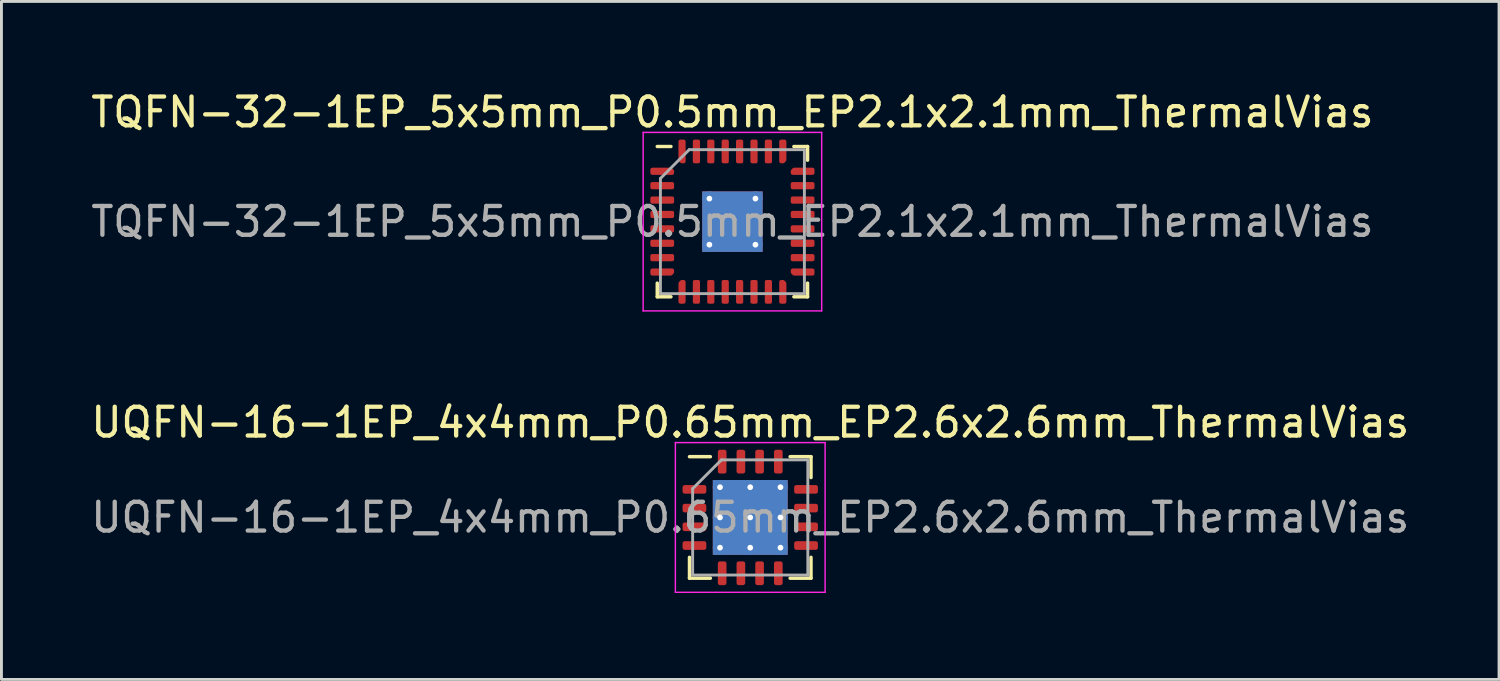
<source format=kicad_pcb>
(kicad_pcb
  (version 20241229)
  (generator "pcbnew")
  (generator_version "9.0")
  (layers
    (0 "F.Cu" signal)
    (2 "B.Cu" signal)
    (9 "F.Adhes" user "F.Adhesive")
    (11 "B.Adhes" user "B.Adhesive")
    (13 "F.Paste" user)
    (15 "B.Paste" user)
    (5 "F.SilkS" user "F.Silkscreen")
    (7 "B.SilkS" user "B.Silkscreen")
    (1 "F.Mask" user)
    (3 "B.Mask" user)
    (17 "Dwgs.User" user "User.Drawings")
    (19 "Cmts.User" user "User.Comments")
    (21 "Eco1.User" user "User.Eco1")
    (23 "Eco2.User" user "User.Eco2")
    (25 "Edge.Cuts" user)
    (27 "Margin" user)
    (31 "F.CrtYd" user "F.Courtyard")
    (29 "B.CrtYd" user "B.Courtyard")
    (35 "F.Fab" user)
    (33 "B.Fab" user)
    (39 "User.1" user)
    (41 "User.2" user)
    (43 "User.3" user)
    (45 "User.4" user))
  (footprint "TQFN-32-1EP_5x5mm_P0.5mm_EP2.1x2.1mm_ThermalVias"
    (layer "F.Cu")
    (at 22.387 4.648)
    (property "Reference" "TQFN-32-1EP_5x5mm_P0.5mm_EP2.1x2.1mm_ThermalVias" (at 0 -3.8 0) (layer "F.SilkS") (effects (font (size 1 1) (thickness 0.15))))
    (attr smd)
    (fp_line (start -2.61 2.61) (end -2.61 2.135) (stroke (width 0.12) (type solid)) (layer "F.SilkS"))
    (fp_line (start -2.135 -2.61) (end -2.61 -2.61) (stroke (width 0.12) (type solid)) (layer "F.SilkS"))
    (fp_line (start -2.135 2.61) (end -2.61 2.61) (stroke (width 0.12) (type solid)) (layer "F.SilkS"))
    (fp_line (start 2.135 -2.61) (end 2.61 -2.61) (stroke (width 0.12) (type solid)) (layer "F.SilkS"))
    (fp_line (start 2.135 2.61) (end 2.61 2.61) (stroke (width 0.12) (type solid)) (layer "F.SilkS"))
    (fp_line (start 2.61 -2.61) (end 2.61 -2.135) (stroke (width 0.12) (type solid)) (layer "F.SilkS"))
    (fp_line (start 2.61 2.61) (end 2.61 2.135) (stroke (width 0.12) (type solid)) (layer "F.SilkS"))
    (fp_line (start -3.1 -3.1) (end -3.1 3.1) (stroke (width 0.05) (type solid)) (layer "F.CrtYd"))
    (fp_line (start -3.1 3.1) (end 3.1 3.1) (stroke (width 0.05) (type solid)) (layer "F.CrtYd"))
    (fp_line (start 3.1 -3.1) (end -3.1 -3.1) (stroke (width 0.05) (type solid)) (layer "F.CrtYd"))
    (fp_line (start 3.1 3.1) (end 3.1 -3.1) (stroke (width 0.05) (type solid)) (layer "F.CrtYd"))
    (fp_line (start -2.5 -1.5) (end -1.5 -2.5) (stroke (width 0.1) (type solid)) (layer "F.Fab"))
    (fp_line (start -2.5 2.5) (end -2.5 -1.5) (stroke (width 0.1) (type solid)) (layer "F.Fab"))
    (fp_line (start -1.5 -2.5) (end 2.5 -2.5) (stroke (width 0.1) (type solid)) (layer "F.Fab"))
    (fp_line (start 2.5 -2.5) (end 2.5 2.5) (stroke (width 0.1) (type solid)) (layer "F.Fab"))
    (fp_line (start 2.5 2.5) (end -2.5 2.5) (stroke (width 0.1) (type solid)) (layer "F.Fab"))
    (fp_text user "${REFERENCE}" (at 0 0 0) (layer "F.Fab") (effects (font (size 1 1) (thickness 0.15))))
    (pad "" smd roundrect (at -0.525 -0.525) (size 0.91 0.91) (layers "F.Paste") (roundrect_rratio 0.25))
    (pad "" smd roundrect (at -0.525 0.525) (size 0.91 0.91) (layers "F.Paste") (roundrect_rratio 0.25))
    (pad "" smd roundrect (at 0.525 -0.525) (size 0.91 0.91) (layers "F.Paste") (roundrect_rratio 0.25))
    (pad "" smd roundrect (at 0.525 0.525) (size 0.91 0.91) (layers "F.Paste") (roundrect_rratio 0.25))
    (pad "1" smd custom (at -2.438 -1.75) (size 0.186 0.186) (layers "F.Cu" "F.Mask" "F.Paste") (options (anchor circle)) (primitives (gr_poly (pts (xy 0.35 -0.009) (xy 0.35 0.062) (xy -0.35 0.062) (xy -0.35 -0.062) (xy 0.297 -0.062)) (width 0.125) (fill yes))))
    (pad "2" smd roundrect (at -2.438 -1.25) (size 0.825 0.25) (layers "F.Cu" "F.Mask" "F.Paste") (roundrect_rratio 0.25))
    (pad "3" smd roundrect (at -2.438 -0.75) (size 0.825 0.25) (layers "F.Cu" "F.Mask" "F.Paste") (roundrect_rratio 0.25))
    (pad "4" smd roundrect (at -2.438 -0.25) (size 0.825 0.25) (layers "F.Cu" "F.Mask" "F.Paste") (roundrect_rratio 0.25))
    (pad "5" smd roundrect (at -2.438 0.25) (size 0.825 0.25) (layers "F.Cu" "F.Mask" "F.Paste") (roundrect_rratio 0.25))
    (pad "6" smd roundrect (at -2.438 0.75) (size 0.825 0.25) (layers "F.Cu" "F.Mask" "F.Paste") (roundrect_rratio 0.25))
    (pad "7" smd roundrect (at -2.438 1.25) (size 0.825 0.25) (layers "F.Cu" "F.Mask" "F.Paste") (roundrect_rratio 0.25))
    (pad "8" smd custom (at -2.438 1.75) (size 0.186 0.186) (layers "F.Cu" "F.Mask" "F.Paste") (options (anchor circle)) (primitives (gr_poly (pts (xy 0.35 0.009) (xy 0.297 0.062) (xy -0.35 0.062) (xy -0.35 -0.062) (xy 0.35 -0.062)) (width 0.125) (fill yes))))
    (pad "9" smd custom (at -1.75 2.438) (size 0.186 0.186) (layers "F.Cu" "F.Mask" "F.Paste") (options (anchor circle)) (primitives (gr_poly (pts (xy 0.062 0.35) (xy -0.062 0.35) (xy -0.062 -0.297) (xy -0.009 -0.35) (xy 0.062 -0.35)) (width 0.125) (fill yes))))
    (pad "10" smd roundrect (at -1.25 2.438) (size 0.25 0.825) (layers "F.Cu" "F.Mask" "F.Paste") (roundrect_rratio 0.25))
    (pad "11" smd roundrect (at -0.75 2.438) (size 0.25 0.825) (layers "F.Cu" "F.Mask" "F.Paste") (roundrect_rratio 0.25))
    (pad "12" smd roundrect (at -0.25 2.438) (size 0.25 0.825) (layers "F.Cu" "F.Mask" "F.Paste") (roundrect_rratio 0.25))
    (pad "13" smd roundrect (at 0.25 2.438) (size 0.25 0.825) (layers "F.Cu" "F.Mask" "F.Paste") (roundrect_rratio 0.25))
    (pad "14" smd roundrect (at 0.75 2.438) (size 0.25 0.825) (layers "F.Cu" "F.Mask" "F.Paste") (roundrect_rratio 0.25))
    (pad "15" smd roundrect (at 1.25 2.438) (size 0.25 0.825) (layers "F.Cu" "F.Mask" "F.Paste") (roundrect_rratio 0.25))
    (pad "16" smd custom (at 1.75 2.438) (size 0.186 0.186) (layers "F.Cu" "F.Mask" "F.Paste") (options (anchor circle)) (primitives (gr_poly (pts (xy 0.062 -0.297) (xy 0.062 0.35) (xy -0.062 0.35) (xy -0.062 -0.35) (xy 0.009 -0.35)) (width 0.125) (fill yes))))
    (pad "17" smd custom (at 2.438 1.75) (size 0.186 0.186) (layers "F.Cu" "F.Mask" "F.Paste") (options (anchor circle)) (primitives (gr_poly (pts (xy 0.35 0.062) (xy -0.297 0.062) (xy -0.35 0.009) (xy -0.35 -0.062) (xy 0.35 -0.062)) (width 0.125) (fill yes))))
    (pad "18" smd roundrect (at 2.438 1.25) (size 0.825 0.25) (layers "F.Cu" "F.Mask" "F.Paste") (roundrect_rratio 0.25))
    (pad "19" smd roundrect (at 2.438 0.75) (size 0.825 0.25) (layers "F.Cu" "F.Mask" "F.Paste") (roundrect_rratio 0.25))
    (pad "20" smd roundrect (at 2.438 0.25) (size 0.825 0.25) (layers "F.Cu" "F.Mask" "F.Paste") (roundrect_rratio 0.25))
    (pad "21" smd roundrect (at 2.438 -0.25) (size 0.825 0.25) (layers "F.Cu" "F.Mask" "F.Paste") (roundrect_rratio 0.25))
    (pad "22" smd roundrect (at 2.438 -0.75) (size 0.825 0.25) (layers "F.Cu" "F.Mask" "F.Paste") (roundrect_rratio 0.25))
    (pad "23" smd roundrect (at 2.438 -1.25) (size 0.825 0.25) (layers "F.Cu" "F.Mask" "F.Paste") (roundrect_rratio 0.25))
    (pad "24" smd custom (at 2.438 -1.75) (size 0.186 0.186) (layers "F.Cu" "F.Mask" "F.Paste") (options (anchor circle)) (primitives (gr_poly (pts (xy 0.35 0.062) (xy -0.35 0.062) (xy -0.35 -0.009) (xy -0.297 -0.062) (xy 0.35 -0.062)) (width 0.125) (fill yes))))
    (pad "25" smd custom (at 1.75 -2.438) (size 0.186 0.186) (layers "F.Cu" "F.Mask" "F.Paste") (options (anchor circle)) (primitives (gr_poly (pts (xy 0.062 0.297) (xy 0.009 0.35) (xy -0.062 0.35) (xy -0.062 -0.35) (xy 0.062 -0.35)) (width 0.125) (fill yes))))
    (pad "26" smd roundrect (at 1.25 -2.438) (size 0.25 0.825) (layers "F.Cu" "F.Mask" "F.Paste") (roundrect_rratio 0.25))
    (pad "27" smd roundrect (at 0.75 -2.438) (size 0.25 0.825) (layers "F.Cu" "F.Mask" "F.Paste") (roundrect_rratio 0.25))
    (pad "28" smd roundrect (at 0.25 -2.438) (size 0.25 0.825) (layers "F.Cu" "F.Mask" "F.Paste") (roundrect_rratio 0.25))
    (pad "29" smd roundrect (at -0.25 -2.438) (size 0.25 0.825) (layers "F.Cu" "F.Mask" "F.Paste") (roundrect_rratio 0.25))
    (pad "30" smd roundrect (at -0.75 -2.438) (size 0.25 0.825) (layers "F.Cu" "F.Mask" "F.Paste") (roundrect_rratio 0.25))
    (pad "31" smd roundrect (at -1.25 -2.438) (size 0.25 0.825) (layers "F.Cu" "F.Mask" "F.Paste") (roundrect_rratio 0.25))
    (pad "32" smd custom (at -1.75 -2.438) (size 0.186 0.186) (layers "F.Cu" "F.Mask" "F.Paste") (options (anchor circle)) (primitives (gr_poly (pts (xy 0.062 0.35) (xy -0.009 0.35) (xy -0.062 0.297) (xy -0.062 -0.35) (xy 0.062 -0.35)) (width 0.125) (fill yes))))
    (pad "33" thru_hole circle (at -0.8 -0.8) (size 0.5 0.5) (drill 0.2) (layers "*.Cu"))
    (pad "33" thru_hole circle (at -0.8 0.8) (size 0.5 0.5) (drill 0.2) (layers "*.Cu"))
    (pad "33" smd rect (at 0 0) (size 2.1 2.1) (layers "F.Cu" "F.Mask"))
    (pad "33" smd rect (at 0 0) (size 2.1 2.1) (layers "B.Cu"))
    (pad "33" thru_hole circle (at 0.8 -0.8) (size 0.5 0.5) (drill 0.2) (layers "*.Cu"))
    (pad "33" thru_hole circle (at 0.8 0.8) (size 0.5 0.5) (drill 0.2) (layers "*.Cu")))
  (footprint "UQFN-16-1EP_4x4mm_P0.65mm_EP2.6x2.6mm_ThermalVias"
    (layer "F.Cu")
    (at 23.006 14.921)
    (property "Reference" "UQFN-16-1EP_4x4mm_P0.65mm_EP2.6x2.6mm_ThermalVias" (at 0 -3.3 0) (layer "F.SilkS") (effects (font (size 1 1) (thickness 0.15))))
    (attr smd)
    (fp_line (start -2.11 2.11) (end -2.11 1.385) (stroke (width 0.12) (type solid)) (layer "F.SilkS"))
    (fp_line (start -1.385 -2.11) (end -2.11 -2.11) (stroke (width 0.12) (type solid)) (layer "F.SilkS"))
    (fp_line (start -1.385 2.11) (end -2.11 2.11) (stroke (width 0.12) (type solid)) (layer "F.SilkS"))
    (fp_line (start 1.385 -2.11) (end 2.11 -2.11) (stroke (width 0.12) (type solid)) (layer "F.SilkS"))
    (fp_line (start 1.385 2.11) (end 2.11 2.11) (stroke (width 0.12) (type solid)) (layer "F.SilkS"))
    (fp_line (start 2.11 -2.11) (end 2.11 -1.385) (stroke (width 0.12) (type solid)) (layer "F.SilkS"))
    (fp_line (start 2.11 2.11) (end 2.11 1.385) (stroke (width 0.12) (type solid)) (layer "F.SilkS"))
    (fp_line (start -2.6 -2.6) (end -2.6 2.6) (stroke (width 0.05) (type solid)) (layer "F.CrtYd"))
    (fp_line (start -2.6 2.6) (end 2.6 2.6) (stroke (width 0.05) (type solid)) (layer "F.CrtYd"))
    (fp_line (start 2.6 -2.6) (end -2.6 -2.6) (stroke (width 0.05) (type solid)) (layer "F.CrtYd"))
    (fp_line (start 2.6 2.6) (end 2.6 -2.6) (stroke (width 0.05) (type solid)) (layer "F.CrtYd"))
    (fp_line (start -2 -1) (end -1 -2) (stroke (width 0.1) (type solid)) (layer "F.Fab"))
    (fp_line (start -2 2) (end -2 -1) (stroke (width 0.1) (type solid)) (layer "F.Fab"))
    (fp_line (start -1 -2) (end 2 -2) (stroke (width 0.1) (type solid)) (layer "F.Fab"))
    (fp_line (start 2 -2) (end 2 2) (stroke (width 0.1) (type solid)) (layer "F.Fab"))
    (fp_line (start 2 2) (end -2 2) (stroke (width 0.1) (type solid)) (layer "F.Fab"))
    (fp_text user "${REFERENCE}" (at 0 0 0) (layer "F.Fab") (effects (font (size 1 1) (thickness 0.15))))
    (pad "" smd roundrect (at -0.65 -0.65) (size 1.13 1.13) (layers "F.Paste") (roundrect_rratio 0.221))
    (pad "" smd roundrect (at -0.65 0.65) (size 1.13 1.13) (layers "F.Paste") (roundrect_rratio 0.221))
    (pad "" smd roundrect (at 0.65 -0.65) (size 1.13 1.13) (layers "F.Paste") (roundrect_rratio 0.221))
    (pad "" smd roundrect (at 0.65 0.65) (size 1.13 1.13) (layers "F.Paste") (roundrect_rratio 0.221))
    (pad "1" smd roundrect (at -1.938 -0.975) (size 0.825 0.3) (layers "F.Cu" "F.Mask" "F.Paste") (roundrect_rratio 0.25))
    (pad "2" smd roundrect (at -1.938 -0.325) (size 0.825 0.3) (layers "F.Cu" "F.Mask" "F.Paste") (roundrect_rratio 0.25))
    (pad "3" smd roundrect (at -1.938 0.325) (size 0.825 0.3) (layers "F.Cu" "F.Mask" "F.Paste") (roundrect_rratio 0.25))
    (pad "4" smd roundrect (at -1.938 0.975) (size 0.825 0.3) (layers "F.Cu" "F.Mask" "F.Paste") (roundrect_rratio 0.25))
    (pad "5" smd roundrect (at -0.975 1.938) (size 0.3 0.825) (layers "F.Cu" "F.Mask" "F.Paste") (roundrect_rratio 0.25))
    (pad "6" smd roundrect (at -0.325 1.938) (size 0.3 0.825) (layers "F.Cu" "F.Mask" "F.Paste") (roundrect_rratio 0.25))
    (pad "7" smd roundrect (at 0.325 1.938) (size 0.3 0.825) (layers "F.Cu" "F.Mask" "F.Paste") (roundrect_rratio 0.25))
    (pad "8" smd roundrect (at 0.975 1.938) (size 0.3 0.825) (layers "F.Cu" "F.Mask" "F.Paste") (roundrect_rratio 0.25))
    (pad "9" smd roundrect (at 1.938 0.975) (size 0.825 0.3) (layers "F.Cu" "F.Mask" "F.Paste") (roundrect_rratio 0.25))
    (pad "10" smd roundrect (at 1.938 0.325) (size 0.825 0.3) (layers "F.Cu" "F.Mask" "F.Paste") (roundrect_rratio 0.25))
    (pad "11" smd roundrect (at 1.938 -0.325) (size 0.825 0.3) (layers "F.Cu" "F.Mask" "F.Paste") (roundrect_rratio 0.25))
    (pad "12" smd roundrect (at 1.938 -0.975) (size 0.825 0.3) (layers "F.Cu" "F.Mask" "F.Paste") (roundrect_rratio 0.25))
    (pad "13" smd roundrect (at 0.975 -1.938) (size 0.3 0.825) (layers "F.Cu" "F.Mask" "F.Paste") (roundrect_rratio 0.25))
    (pad "14" smd roundrect (at 0.325 -1.938) (size 0.3 0.825) (layers "F.Cu" "F.Mask" "F.Paste") (roundrect_rratio 0.25))
    (pad "15" smd roundrect (at -0.325 -1.938) (size 0.3 0.825) (layers "F.Cu" "F.Mask" "F.Paste") (roundrect_rratio 0.25))
    (pad "16" smd roundrect (at -0.975 -1.938) (size 0.3 0.825) (layers "F.Cu" "F.Mask" "F.Paste") (roundrect_rratio 0.25))
    (pad "17" thru_hole circle (at -1.05 -1.05) (size 0.5 0.5) (drill 0.2) (layers "*.Cu"))
    (pad "17" thru_hole circle (at -1.05 0) (size 0.5 0.5) (drill 0.2) (layers "*.Cu"))
    (pad "17" thru_hole circle (at -1.05 1.05) (size 0.5 0.5) (drill 0.2) (layers "*.Cu"))
    (pad "17" thru_hole circle (at 0 -1.05) (size 0.5 0.5) (drill 0.2) (layers "*.Cu"))
    (pad "17" thru_hole circle (at 0 0) (size 0.5 0.5) (drill 0.2) (layers "*.Cu"))
    (pad "17" smd rect (at 0 0) (size 2.6 2.6) (layers "F.Cu" "F.Mask"))
    (pad "17" smd rect (at 0 0) (size 2.6 2.6) (layers "B.Cu"))
    (pad "17" thru_hole circle (at 0 1.05) (size 0.5 0.5) (drill 0.2) (layers "*.Cu"))
    (pad "17" thru_hole circle (at 1.05 -1.05) (size 0.5 0.5) (drill 0.2) (layers "*.Cu"))
    (pad "17" thru_hole circle (at 1.05 0) (size 0.5 0.5) (drill 0.2) (layers "*.Cu"))
    (pad "17" thru_hole circle (at 1.05 1.05) (size 0.5 0.5) (drill 0.2) (layers "*.Cu")))
  (gr_rect
    (start -3 -3)
    (end 49.012 20.547)
    (stroke (width 0.1) (type default))
    (fill no)
    (layer "Edge.Cuts")))
</source>
